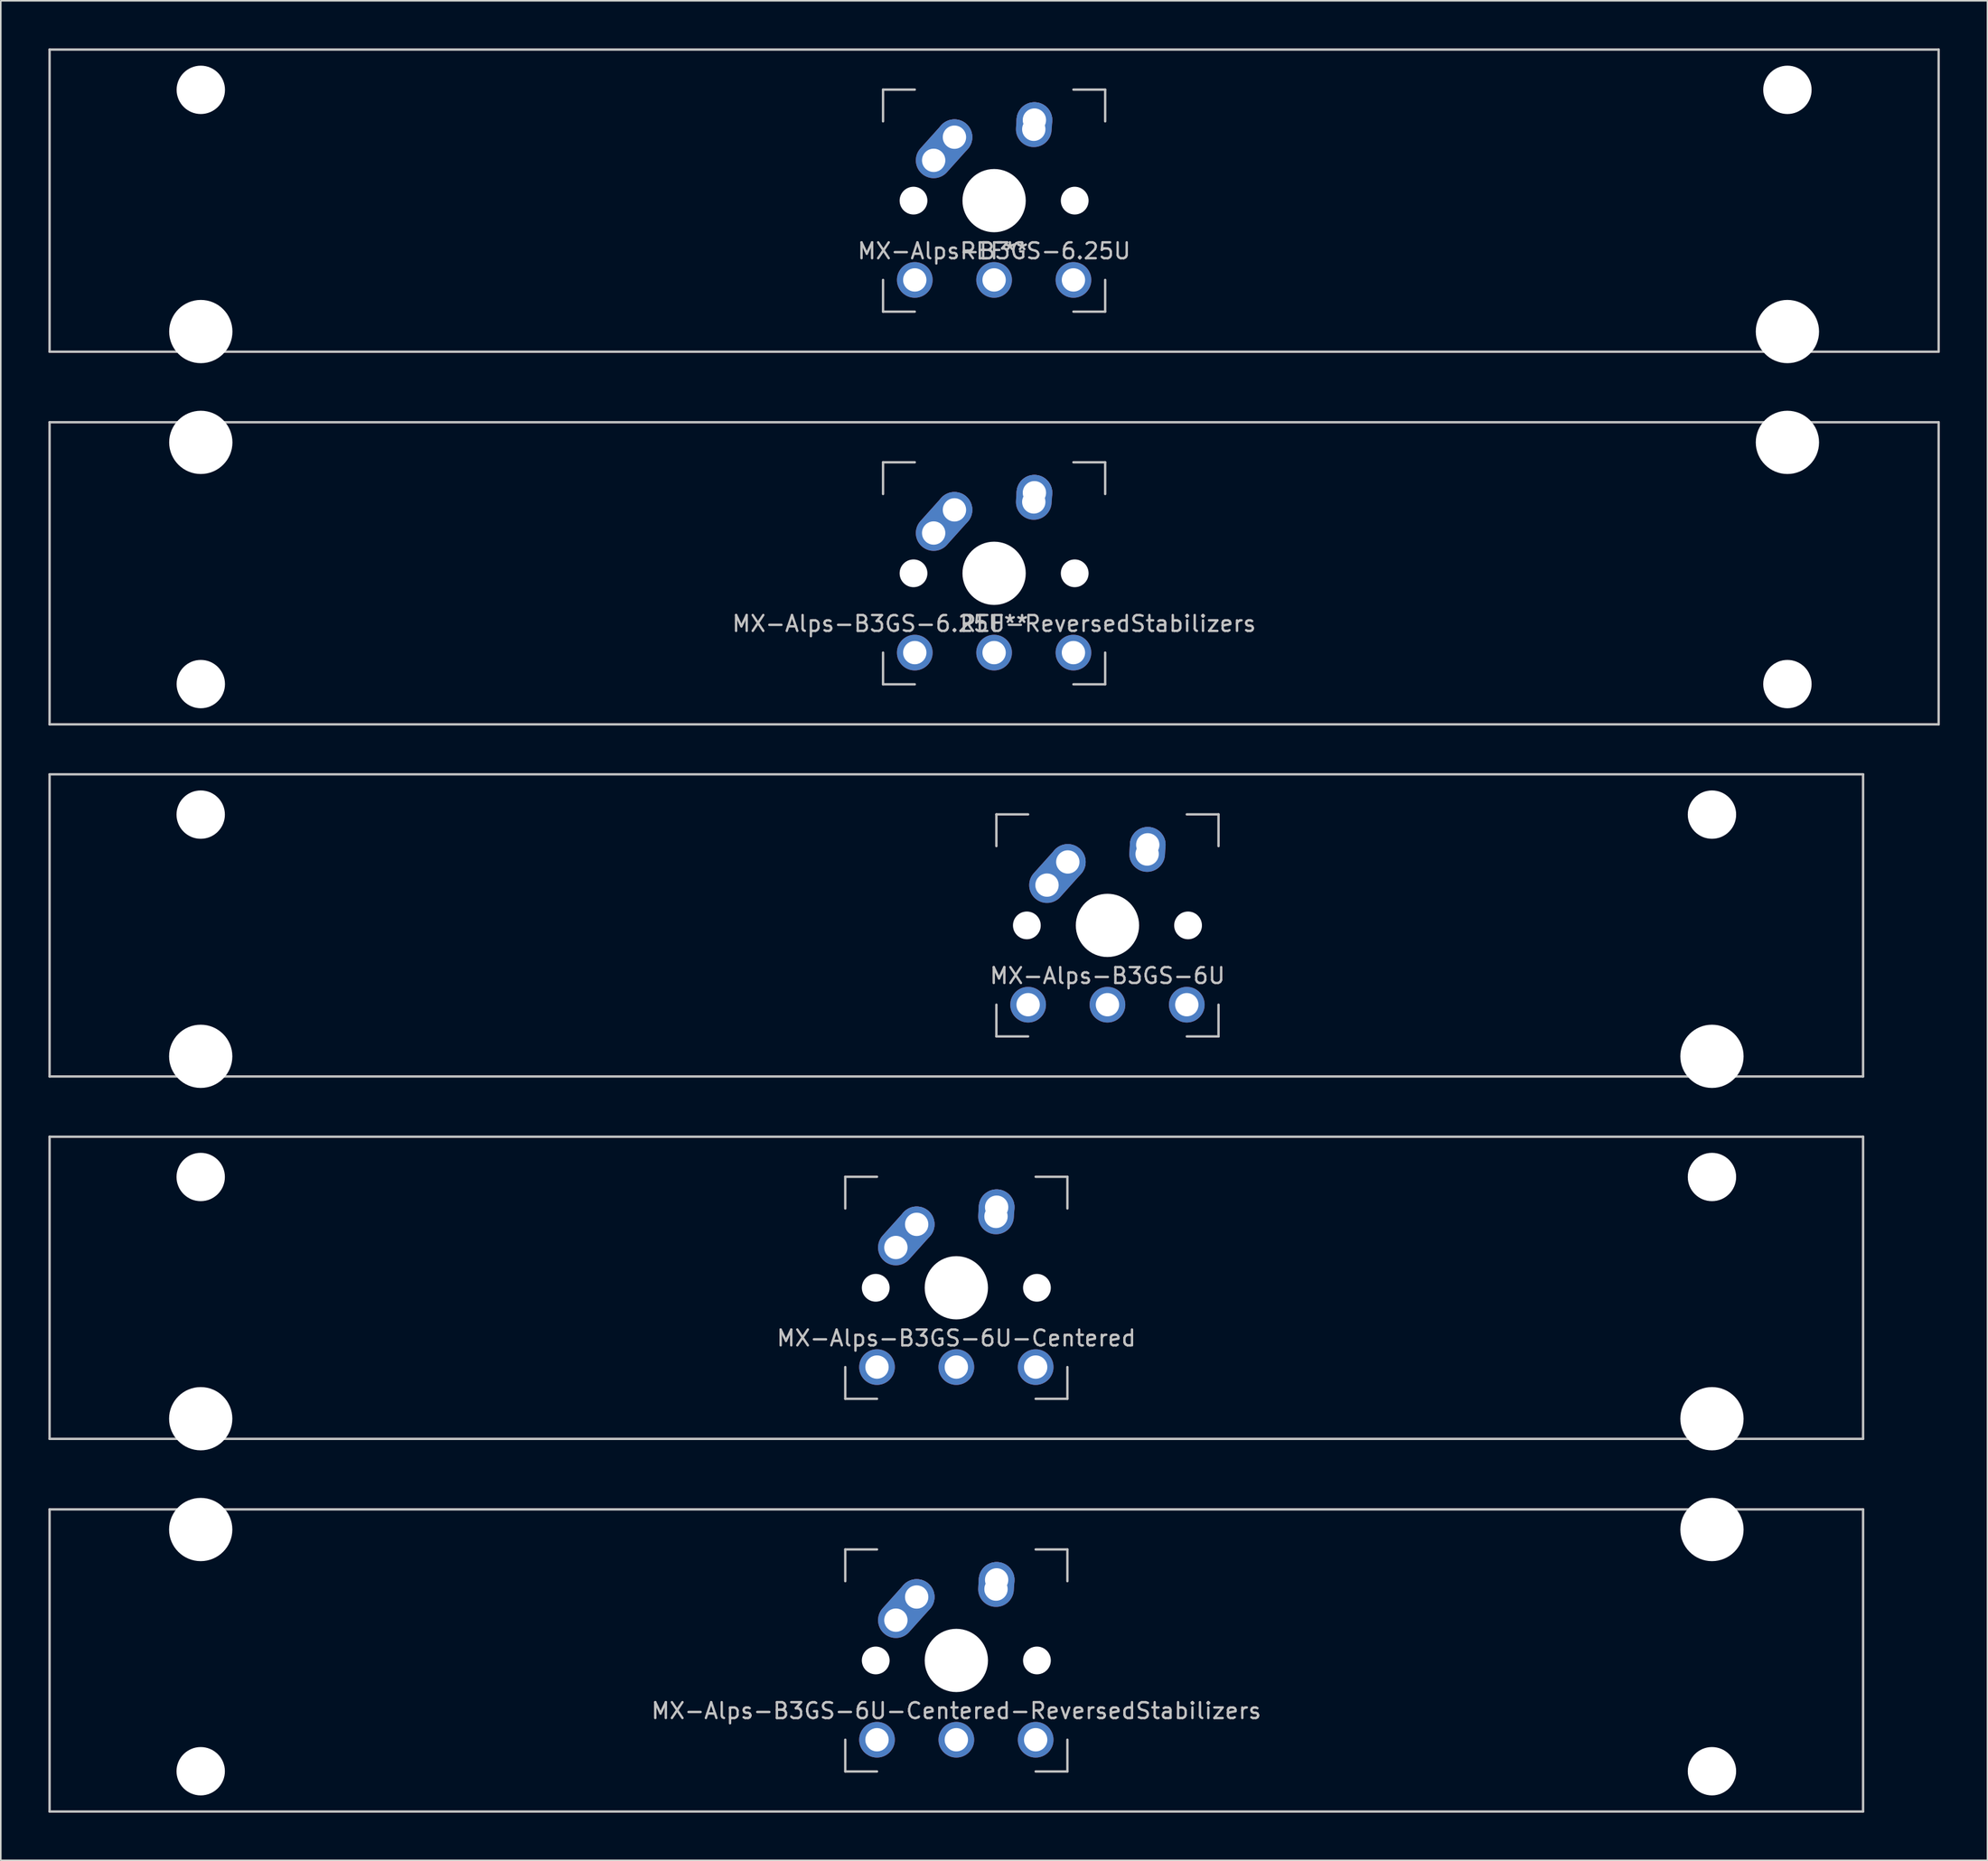
<source format=kicad_pcb>
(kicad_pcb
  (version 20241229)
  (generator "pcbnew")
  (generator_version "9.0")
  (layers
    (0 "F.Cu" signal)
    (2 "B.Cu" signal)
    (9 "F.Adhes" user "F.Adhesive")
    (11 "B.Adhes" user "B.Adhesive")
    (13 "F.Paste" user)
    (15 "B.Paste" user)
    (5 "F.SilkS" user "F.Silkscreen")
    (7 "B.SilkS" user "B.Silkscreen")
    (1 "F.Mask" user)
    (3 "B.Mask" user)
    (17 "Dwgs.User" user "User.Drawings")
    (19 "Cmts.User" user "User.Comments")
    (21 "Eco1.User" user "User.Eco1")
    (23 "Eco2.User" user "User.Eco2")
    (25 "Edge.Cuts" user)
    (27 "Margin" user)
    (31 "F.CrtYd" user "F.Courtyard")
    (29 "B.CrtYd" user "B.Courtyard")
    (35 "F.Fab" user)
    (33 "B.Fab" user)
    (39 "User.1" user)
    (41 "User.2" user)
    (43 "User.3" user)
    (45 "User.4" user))
  (footprint "MX-Alps-B3GS-6U-Centered-ReversedStabilizers"
    (layer "F.Cu")
    (at 57.225 101.644)
    (property "Reference" "MX-Alps-B3GS-6U-Centered-ReversedStabilizers" (at 0 3.175 0) (layer "Dwgs.User") (effects (font (size 1 1) (thickness 0.15))))
    (attr through_hole)
    (fp_line (start -57.15 -9.525) (end 57.15 -9.525) (stroke (width 0.15) (type solid)) (layer "Dwgs.User"))
    (fp_line (start -57.15 9.525) (end -57.15 -9.525) (stroke (width 0.15) (type solid)) (layer "Dwgs.User"))
    (fp_line (start -57.15 9.525) (end 57.15 9.525) (stroke (width 0.15) (type solid)) (layer "Dwgs.User"))
    (fp_line (start -7 -7) (end -7 -5) (stroke (width 0.15) (type solid)) (layer "Dwgs.User"))
    (fp_line (start -7 5) (end -7 7) (stroke (width 0.15) (type solid)) (layer "Dwgs.User"))
    (fp_line (start -7 7) (end -5 7) (stroke (width 0.15) (type solid)) (layer "Dwgs.User"))
    (fp_line (start -5 -7) (end -7 -7) (stroke (width 0.15) (type solid)) (layer "Dwgs.User"))
    (fp_line (start 5 -7) (end 7 -7) (stroke (width 0.15) (type solid)) (layer "Dwgs.User"))
    (fp_line (start 5 7) (end 7 7) (stroke (width 0.15) (type solid)) (layer "Dwgs.User"))
    (fp_line (start 7 -7) (end 7 -5) (stroke (width 0.15) (type solid)) (layer "Dwgs.User"))
    (fp_line (start 7 7) (end 7 5) (stroke (width 0.15) (type solid)) (layer "Dwgs.User"))
    (fp_line (start 57.15 -9.525) (end 57.15 9.525) (stroke (width 0.15) (type solid)) (layer "Dwgs.User"))
    (pad "" np_thru_hole circle (at -47.625 -8.255) (size 3.988 3.988) (drill 3.988) (layers "*.Cu" "*.Mask"))
    (pad "" np_thru_hole circle (at -47.625 6.985) (size 3.048 3.048) (drill 3.048) (layers "*.Cu" "*.Mask"))
    (pad "" np_thru_hole circle (at -5.08 0 48.1) (size 1.75 1.75) (drill 1.75) (layers "*.Cu" "*.Mask"))
    (pad "" np_thru_hole circle (at 0 0) (size 3.988 3.988) (drill 3.988) (layers "*.Cu" "*.Mask"))
    (pad "" np_thru_hole circle (at 5.08 0 48.1) (size 1.75 1.75) (drill 1.75) (layers "*.Cu" "*.Mask"))
    (pad "" np_thru_hole circle (at 47.625 -8.255) (size 3.988 3.988) (drill 3.988) (layers "*.Cu" "*.Mask"))
    (pad "" np_thru_hole circle (at 47.625 6.985) (size 3.048 3.048) (drill 3.048) (layers "*.Cu" "*.Mask"))
    (pad "1" thru_hole circle (at -5 5) (size 2.25 2.25) (drill 1.47) (layers "*.Cu" "B.Mask"))
    (pad "1" thru_hole oval (at -3.81 -2.54 48.1) (size 4.212 2.25) (drill 1.47 (offset 0.981 0)) (layers "*.Cu" "B.Mask"))
    (pad "1" thru_hole circle (at -2.5 -4) (size 2.25 2.25) (drill 1.47) (layers "*.Cu" "B.Mask"))
    (pad "1" thru_hole circle (at 5 5 180) (size 2.25 2.25) (drill 1.47) (layers "*.Cu" "B.Mask"))
    (pad "2" thru_hole circle (at 0 5 180) (size 2.25 2.25) (drill 1.47) (layers "*.Cu" "B.Mask"))
    (pad "2" thru_hole oval (at 2.5 -4.5 86.055) (size 2.831 2.25) (drill 1.47 (offset 0.291 0)) (layers "*.Cu" "B.Mask"))
    (pad "2" thru_hole circle (at 2.54 -5.08) (size 2.25 2.25) (drill 1.47) (layers "*.Cu" "B.Mask")))
  (footprint "MX-Alps-B3GS-6U"
    (layer "F.Cu")
    (at 57.225 55.298)
    (property "Reference" "MX-Alps-B3GS-6U" (at 9.525 3.175 0) (layer "Dwgs.User") (effects (font (size 1 1) (thickness 0.15))))
    (attr through_hole)
    (fp_line (start -57.15 -9.525) (end 57.15 -9.525) (stroke (width 0.15) (type solid)) (layer "Dwgs.User"))
    (fp_line (start -57.15 9.525) (end -57.15 -9.525) (stroke (width 0.15) (type solid)) (layer "Dwgs.User"))
    (fp_line (start -57.15 9.525) (end 57.15 9.525) (stroke (width 0.15) (type solid)) (layer "Dwgs.User"))
    (fp_line (start 2.525 -7) (end 2.525 -5) (stroke (width 0.15) (type solid)) (layer "Dwgs.User"))
    (fp_line (start 2.525 5) (end 2.525 7) (stroke (width 0.15) (type solid)) (layer "Dwgs.User"))
    (fp_line (start 2.525 7) (end 4.525 7) (stroke (width 0.15) (type solid)) (layer "Dwgs.User"))
    (fp_line (start 4.525 -7) (end 2.525 -7) (stroke (width 0.15) (type solid)) (layer "Dwgs.User"))
    (fp_line (start 14.525 -7) (end 16.525 -7) (stroke (width 0.15) (type solid)) (layer "Dwgs.User"))
    (fp_line (start 14.525 7) (end 16.525 7) (stroke (width 0.15) (type solid)) (layer "Dwgs.User"))
    (fp_line (start 16.525 -7) (end 16.525 -5) (stroke (width 0.15) (type solid)) (layer "Dwgs.User"))
    (fp_line (start 16.525 7) (end 16.525 5) (stroke (width 0.15) (type solid)) (layer "Dwgs.User"))
    (fp_line (start 57.15 -9.525) (end 57.15 9.525) (stroke (width 0.15) (type solid)) (layer "Dwgs.User"))
    (pad "" np_thru_hole circle (at -47.625 -6.985) (size 3.048 3.048) (drill 3.048) (layers "*.Cu" "*.Mask"))
    (pad "" np_thru_hole circle (at -47.625 8.255) (size 3.988 3.988) (drill 3.988) (layers "*.Cu" "*.Mask"))
    (pad "" np_thru_hole circle (at 4.445 0 48.1) (size 1.75 1.75) (drill 1.75) (layers "*.Cu" "*.Mask"))
    (pad "" np_thru_hole circle (at 9.525 0) (size 3.988 3.988) (drill 3.988) (layers "*.Cu" "*.Mask"))
    (pad "" np_thru_hole circle (at 14.605 0 48.1) (size 1.75 1.75) (drill 1.75) (layers "*.Cu" "*.Mask"))
    (pad "" np_thru_hole circle (at 47.625 -6.985) (size 3.048 3.048) (drill 3.048) (layers "*.Cu" "*.Mask"))
    (pad "" np_thru_hole circle (at 47.625 8.255) (size 3.988 3.988) (drill 3.988) (layers "*.Cu" "*.Mask"))
    (pad "1" thru_hole circle (at 4.525 5) (size 2.25 2.25) (drill 1.47) (layers "*.Cu" "B.Mask"))
    (pad "1" thru_hole oval (at 5.715 -2.54 48.1) (size 4.212 2.25) (drill 1.47 (offset 0.981 0)) (layers "*.Cu" "B.Mask"))
    (pad "1" thru_hole circle (at 7.025 -4) (size 2.25 2.25) (drill 1.47) (layers "*.Cu" "B.Mask"))
    (pad "1" thru_hole circle (at 14.525 5 180) (size 2.25 2.25) (drill 1.47) (layers "*.Cu" "B.Mask"))
    (pad "2" thru_hole circle (at 9.525 5 180) (size 2.25 2.25) (drill 1.47) (layers "*.Cu" "B.Mask"))
    (pad "2" thru_hole oval (at 12.025 -4.5 86.055) (size 2.831 2.25) (drill 1.47 (offset 0.291 0)) (layers "*.Cu" "B.Mask"))
    (pad "2" thru_hole circle (at 12.065 -5.08) (size 2.25 2.25) (drill 1.47) (layers "*.Cu" "B.Mask")))
  (footprint "MX-Alps-B3GS-6.25U-ReversedStabilizers"
    (layer "F.Cu")
    (at 59.606 33.098)
    (property "Reference" "MX-Alps-B3GS-6.25U-ReversedStabilizers" (at 0 3.175 0) (layer "Dwgs.User") (effects (font (size 1 1) (thickness 0.15))))
    (attr through_hole)
    (fp_line (start -59.531 -9.525) (end 59.531 -9.525) (stroke (width 0.15) (type solid)) (layer "Dwgs.User"))
    (fp_line (start -59.531 9.525) (end -59.531 -9.525) (stroke (width 0.15) (type solid)) (layer "Dwgs.User"))
    (fp_line (start -59.531 9.525) (end 59.531 9.525) (stroke (width 0.15) (type solid)) (layer "Dwgs.User"))
    (fp_line (start -7 -7) (end -7 -5) (stroke (width 0.15) (type solid)) (layer "Dwgs.User"))
    (fp_line (start -7 5) (end -7 7) (stroke (width 0.15) (type solid)) (layer "Dwgs.User"))
    (fp_line (start -7 7) (end -5 7) (stroke (width 0.15) (type solid)) (layer "Dwgs.User"))
    (fp_line (start -5 -7) (end -7 -7) (stroke (width 0.15) (type solid)) (layer "Dwgs.User"))
    (fp_line (start 5 -7) (end 7 -7) (stroke (width 0.15) (type solid)) (layer "Dwgs.User"))
    (fp_line (start 5 7) (end 7 7) (stroke (width 0.15) (type solid)) (layer "Dwgs.User"))
    (fp_line (start 7 -7) (end 7 -5) (stroke (width 0.15) (type solid)) (layer "Dwgs.User"))
    (fp_line (start 7 7) (end 7 5) (stroke (width 0.15) (type solid)) (layer "Dwgs.User"))
    (fp_line (start 59.531 -9.525) (end 59.531 9.525) (stroke (width 0.15) (type solid)) (layer "Dwgs.User"))
    (fp_text user "REF**" (at 0 3.175 0) (layer "Dwgs.User") (effects (font (size 1 1) (thickness 0.15))))
    (pad "" np_thru_hole circle (at -50 -8.255) (size 3.988 3.988) (drill 3.988) (layers "*.Cu" "*.Mask"))
    (pad "" np_thru_hole circle (at -50 6.985) (size 3.048 3.048) (drill 3.048) (layers "*.Cu" "*.Mask"))
    (pad "" np_thru_hole circle (at -5.08 0 48.1) (size 1.75 1.75) (drill 1.75) (layers "*.Cu" "*.Mask"))
    (pad "" np_thru_hole circle (at 0 0) (size 3.988 3.988) (drill 3.988) (layers "*.Cu" "*.Mask"))
    (pad "" np_thru_hole circle (at 5.08 0 48.1) (size 1.75 1.75) (drill 1.75) (layers "*.Cu" "*.Mask"))
    (pad "" np_thru_hole circle (at 50 -8.255) (size 3.988 3.988) (drill 3.988) (layers "*.Cu" "*.Mask"))
    (pad "" np_thru_hole circle (at 50 6.985) (size 3.048 3.048) (drill 3.048) (layers "*.Cu" "*.Mask"))
    (pad "1" thru_hole circle (at -5 5) (size 2.25 2.25) (drill 1.47) (layers "*.Cu" "B.Mask"))
    (pad "1" thru_hole oval (at -3.81 -2.54 48.1) (size 4.212 2.25) (drill 1.47 (offset 0.981 0)) (layers "*.Cu" "B.Mask"))
    (pad "1" thru_hole circle (at -2.5 -4) (size 2.25 2.25) (drill 1.47) (layers "*.Cu" "B.Mask"))
    (pad "1" thru_hole circle (at 5 5 180) (size 2.25 2.25) (drill 1.47) (layers "*.Cu" "B.Mask"))
    (pad "2" thru_hole circle (at 0 5 180) (size 2.25 2.25) (drill 1.47) (layers "*.Cu" "B.Mask"))
    (pad "2" thru_hole oval (at 2.5 -4.5 86.055) (size 2.831 2.25) (drill 1.47 (offset 0.291 0)) (layers "*.Cu" "B.Mask"))
    (pad "2" thru_hole circle (at 2.54 -5.08) (size 2.25 2.25) (drill 1.47) (layers "*.Cu" "B.Mask")))
  (footprint "MX-Alps-B3GS-6U-Centered"
    (layer "F.Cu")
    (at 57.225 78.147)
    (property "Reference" "MX-Alps-B3GS-6U-Centered" (at 0 3.175 0) (layer "Dwgs.User") (effects (font (size 1 1) (thickness 0.15))))
    (attr through_hole)
    (fp_line (start -57.15 -9.525) (end 57.15 -9.525) (stroke (width 0.15) (type solid)) (layer "Dwgs.User"))
    (fp_line (start -57.15 9.525) (end -57.15 -9.525) (stroke (width 0.15) (type solid)) (layer "Dwgs.User"))
    (fp_line (start -57.15 9.525) (end 57.15 9.525) (stroke (width 0.15) (type solid)) (layer "Dwgs.User"))
    (fp_line (start -7 -7) (end -7 -5) (stroke (width 0.15) (type solid)) (layer "Dwgs.User"))
    (fp_line (start -7 5) (end -7 7) (stroke (width 0.15) (type solid)) (layer "Dwgs.User"))
    (fp_line (start -7 7) (end -5 7) (stroke (width 0.15) (type solid)) (layer "Dwgs.User"))
    (fp_line (start -5 -7) (end -7 -7) (stroke (width 0.15) (type solid)) (layer "Dwgs.User"))
    (fp_line (start 5 -7) (end 7 -7) (stroke (width 0.15) (type solid)) (layer "Dwgs.User"))
    (fp_line (start 5 7) (end 7 7) (stroke (width 0.15) (type solid)) (layer "Dwgs.User"))
    (fp_line (start 7 -7) (end 7 -5) (stroke (width 0.15) (type solid)) (layer "Dwgs.User"))
    (fp_line (start 7 7) (end 7 5) (stroke (width 0.15) (type solid)) (layer "Dwgs.User"))
    (fp_line (start 57.15 -9.525) (end 57.15 9.525) (stroke (width 0.15) (type solid)) (layer "Dwgs.User"))
    (pad "" np_thru_hole circle (at -47.625 -6.985) (size 3.048 3.048) (drill 3.048) (layers "*.Cu" "*.Mask"))
    (pad "" np_thru_hole circle (at -47.625 8.255) (size 3.988 3.988) (drill 3.988) (layers "*.Cu" "*.Mask"))
    (pad "" np_thru_hole circle (at -5.08 0 48.1) (size 1.75 1.75) (drill 1.75) (layers "*.Cu" "*.Mask"))
    (pad "" np_thru_hole circle (at 0 0) (size 3.988 3.988) (drill 3.988) (layers "*.Cu" "*.Mask"))
    (pad "" np_thru_hole circle (at 5.08 0 48.1) (size 1.75 1.75) (drill 1.75) (layers "*.Cu" "*.Mask"))
    (pad "" np_thru_hole circle (at 47.625 -6.985) (size 3.048 3.048) (drill 3.048) (layers "*.Cu" "*.Mask"))
    (pad "" np_thru_hole circle (at 47.625 8.255) (size 3.988 3.988) (drill 3.988) (layers "*.Cu" "*.Mask"))
    (pad "1" thru_hole circle (at -5 5) (size 2.25 2.25) (drill 1.47) (layers "*.Cu" "B.Mask"))
    (pad "1" thru_hole oval (at -3.81 -2.54 48.1) (size 4.212 2.25) (drill 1.47 (offset 0.981 0)) (layers "*.Cu" "B.Mask"))
    (pad "1" thru_hole circle (at -2.5 -4) (size 2.25 2.25) (drill 1.47) (layers "*.Cu" "B.Mask"))
    (pad "1" thru_hole circle (at 5 5 180) (size 2.25 2.25) (drill 1.47) (layers "*.Cu" "B.Mask"))
    (pad "2" thru_hole circle (at 0 5 180) (size 2.25 2.25) (drill 1.47) (layers "*.Cu" "B.Mask"))
    (pad "2" thru_hole oval (at 2.5 -4.5 86.055) (size 2.831 2.25) (drill 1.47 (offset 0.291 0)) (layers "*.Cu" "B.Mask"))
    (pad "2" thru_hole circle (at 2.54 -5.08) (size 2.25 2.25) (drill 1.47) (layers "*.Cu" "B.Mask")))
  (footprint "MX-Alps-B3GS-6.25U"
    (layer "F.Cu")
    (at 59.606 9.6)
    (property "Reference" "MX-Alps-B3GS-6.25U" (at 0 3.175 0) (layer "Dwgs.User") (effects (font (size 1 1) (thickness 0.15))))
    (attr through_hole)
    (fp_line (start -59.531 -9.525) (end 59.531 -9.525) (stroke (width 0.15) (type solid)) (layer "Dwgs.User"))
    (fp_line (start -59.531 9.525) (end -59.531 -9.525) (stroke (width 0.15) (type solid)) (layer "Dwgs.User"))
    (fp_line (start -59.531 9.525) (end 59.531 9.525) (stroke (width 0.15) (type solid)) (layer "Dwgs.User"))
    (fp_line (start -7 -7) (end -7 -5) (stroke (width 0.15) (type solid)) (layer "Dwgs.User"))
    (fp_line (start -7 5) (end -7 7) (stroke (width 0.15) (type solid)) (layer "Dwgs.User"))
    (fp_line (start -7 7) (end -5 7) (stroke (width 0.15) (type solid)) (layer "Dwgs.User"))
    (fp_line (start -5 -7) (end -7 -7) (stroke (width 0.15) (type solid)) (layer "Dwgs.User"))
    (fp_line (start 5 -7) (end 7 -7) (stroke (width 0.15) (type solid)) (layer "Dwgs.User"))
    (fp_line (start 5 7) (end 7 7) (stroke (width 0.15) (type solid)) (layer "Dwgs.User"))
    (fp_line (start 7 -7) (end 7 -5) (stroke (width 0.15) (type solid)) (layer "Dwgs.User"))
    (fp_line (start 7 7) (end 7 5) (stroke (width 0.15) (type solid)) (layer "Dwgs.User"))
    (fp_line (start 59.531 -9.525) (end 59.531 9.525) (stroke (width 0.15) (type solid)) (layer "Dwgs.User"))
    (fp_text user "REF**" (at 0 3.175 0) (layer "Dwgs.User") (effects (font (size 1 1) (thickness 0.15))))
    (pad "" np_thru_hole circle (at -50 -6.985) (size 3.048 3.048) (drill 3.048) (layers "*.Cu" "*.Mask"))
    (pad "" np_thru_hole circle (at -50 8.255) (size 3.988 3.988) (drill 3.988) (layers "*.Cu" "*.Mask"))
    (pad "" np_thru_hole circle (at -5.08 0 48.1) (size 1.75 1.75) (drill 1.75) (layers "*.Cu" "*.Mask"))
    (pad "" np_thru_hole circle (at 0 0) (size 3.988 3.988) (drill 3.988) (layers "*.Cu" "*.Mask"))
    (pad "" np_thru_hole circle (at 5.08 0 48.1) (size 1.75 1.75) (drill 1.75) (layers "*.Cu" "*.Mask"))
    (pad "" np_thru_hole circle (at 50 -6.985) (size 3.048 3.048) (drill 3.048) (layers "*.Cu" "*.Mask"))
    (pad "" np_thru_hole circle (at 50 8.255) (size 3.988 3.988) (drill 3.988) (layers "*.Cu" "*.Mask"))
    (pad "1" thru_hole circle (at -5 5) (size 2.25 2.25) (drill 1.47) (layers "*.Cu" "B.Mask"))
    (pad "1" thru_hole oval (at -3.81 -2.54 48.1) (size 4.212 2.25) (drill 1.47 (offset 0.981 0)) (layers "*.Cu" "B.Mask"))
    (pad "1" thru_hole circle (at -2.5 -4) (size 2.25 2.25) (drill 1.47) (layers "*.Cu" "B.Mask"))
    (pad "1" thru_hole circle (at 5 5 180) (size 2.25 2.25) (drill 1.47) (layers "*.Cu" "B.Mask"))
    (pad "2" thru_hole circle (at 0 5 180) (size 2.25 2.25) (drill 1.47) (layers "*.Cu" "B.Mask"))
    (pad "2" thru_hole oval (at 2.5 -4.5 86.055) (size 2.831 2.25) (drill 1.47 (offset 0.291 0)) (layers "*.Cu" "B.Mask"))
    (pad "2" thru_hole circle (at 2.54 -5.08) (size 2.25 2.25) (drill 1.47) (layers "*.Cu" "B.Mask")))
  (gr_rect
    (start -3 -3)
    (end 122.213 114.245)
    (stroke (width 0.1) (type default))
    (fill no)
    (layer "Edge.Cuts")))
</source>
